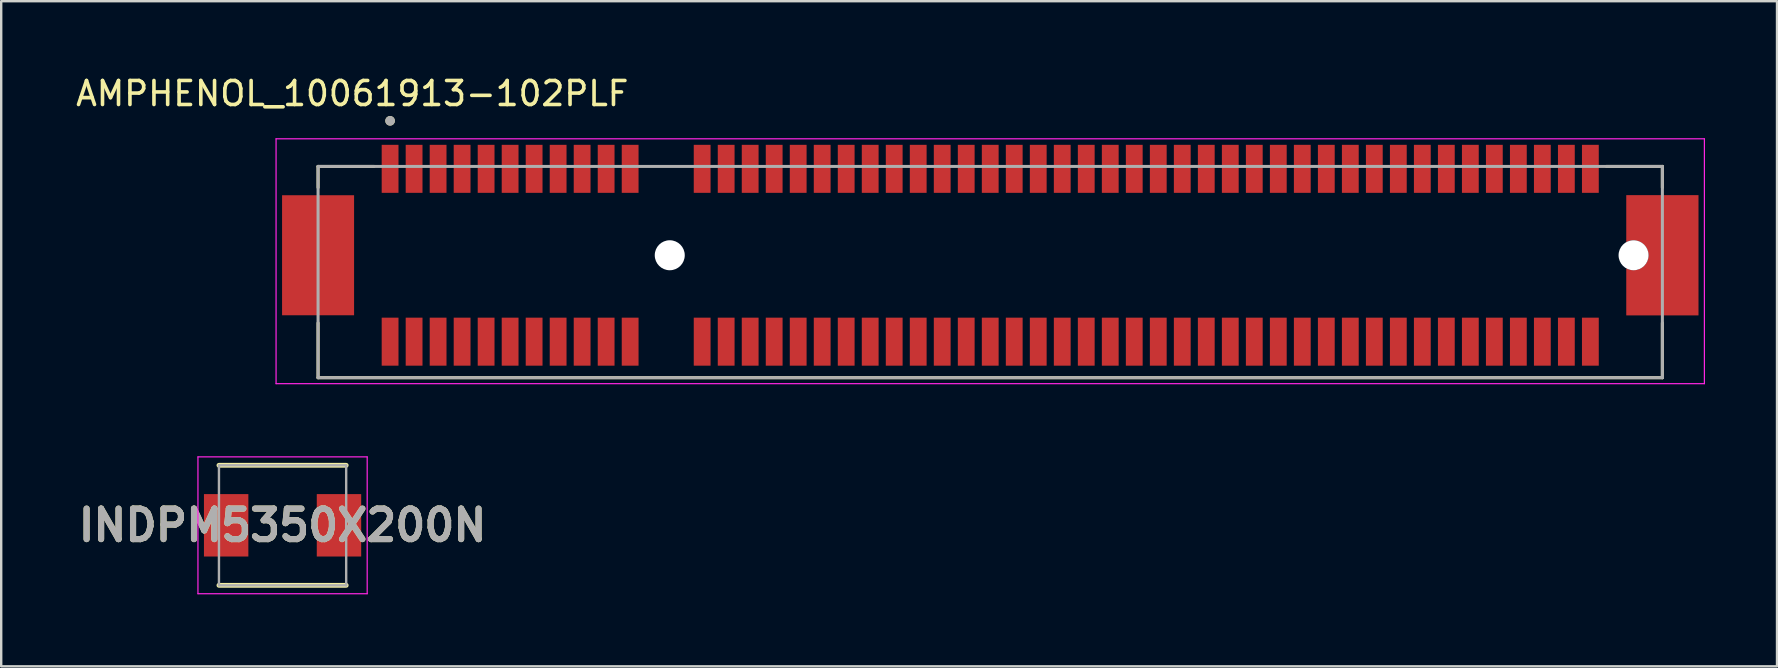
<source format=kicad_pcb>
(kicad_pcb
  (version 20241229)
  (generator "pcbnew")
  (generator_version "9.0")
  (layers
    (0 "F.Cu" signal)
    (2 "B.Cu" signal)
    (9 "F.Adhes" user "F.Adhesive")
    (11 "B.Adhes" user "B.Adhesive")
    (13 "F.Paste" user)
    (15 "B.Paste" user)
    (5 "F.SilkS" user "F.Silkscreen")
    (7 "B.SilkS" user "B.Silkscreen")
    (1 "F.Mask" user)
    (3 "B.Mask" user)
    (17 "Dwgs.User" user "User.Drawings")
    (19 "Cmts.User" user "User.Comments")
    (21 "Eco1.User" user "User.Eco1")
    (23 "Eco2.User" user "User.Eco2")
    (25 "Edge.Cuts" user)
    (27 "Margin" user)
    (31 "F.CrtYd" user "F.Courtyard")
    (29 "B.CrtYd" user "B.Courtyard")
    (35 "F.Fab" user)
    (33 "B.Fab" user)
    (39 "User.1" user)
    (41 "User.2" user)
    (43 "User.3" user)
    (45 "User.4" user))
  (footprint "AMPHENOL_10061913-102PLF"
    (layer "F.Cu")
    (at 24.85 7.583)
    (property "Reference" "AMPHENOL_10061913-102PLF" (at -13.225 -6.735 0) (layer "F.SilkS") (effects (font (size 1 1) (thickness 0.15))))
    (attr smd)
    (fp_poly (pts (xy 39.75 -2.6) (xy 42.95 -2.6) (xy 42.95 2.6) (xy 39.75 2.6)) (stroke (width 0.01) (type solid)) (fill yes) (layer "F.Mask"))
    (fp_line (start -14.65 -3.7) (end -14.65 -2.82) (stroke (width 0.127) (type solid)) (layer "F.SilkS"))
    (fp_line (start -14.65 5.1) (end -14.65 2.82) (stroke (width 0.127) (type solid)) (layer "F.SilkS"))
    (fp_line (start -14.65 5.1) (end 41.35 5.1) (stroke (width 0.127) (type solid)) (layer "F.SilkS"))
    (fp_line (start -12.32 -3.7) (end -14.65 -3.7) (stroke (width 0.127) (type solid)) (layer "F.SilkS"))
    (fp_line (start 41.35 -3.7) (end 39.02 -3.7) (stroke (width 0.127) (type solid)) (layer "F.SilkS"))
    (fp_line (start 41.35 -2.82) (end 41.35 -3.7) (stroke (width 0.127) (type solid)) (layer "F.SilkS"))
    (fp_line (start 41.35 5.1) (end 41.35 2.82) (stroke (width 0.127) (type solid)) (layer "F.SilkS"))
    (fp_circle (center -11.65 -5.6) (end -11.55 -5.6) (stroke (width 0.2) (type solid)) (fill no) (layer "F.SilkS"))
    (fp_poly (pts (xy 39.85 0.55) (xy 39.85 2.5) (xy 42.85 2.5) (xy 42.85 -2.5) (xy 39.85 -2.5) (xy 39.85 -0.55) (xy 39.9 -0.575) (xy 39.95 -0.595) (xy 40.02 -0.615) (xy 40.09 -0.625) (xy 40.15 -0.625) (xy 40.183 -0.624) (xy 40.215 -0.622) (xy 40.248 -0.617) (xy 40.28 -0.611) (xy 40.312 -0.604) (xy 40.343 -0.594) (xy 40.374 -0.583) (xy 40.404 -0.571) (xy 40.434 -0.557) (xy 40.462 -0.541) (xy 40.49 -0.524) (xy 40.517 -0.506) (xy 40.543 -0.486) (xy 40.568 -0.464) (xy 40.592 -0.442) (xy 40.614 -0.418) (xy 40.636 -0.393) (xy 40.656 -0.367) (xy 40.674 -0.34) (xy 40.691 -0.312) (xy 40.707 -0.284) (xy 40.721 -0.254) (xy 40.733 -0.224) (xy 40.744 -0.193) (xy 40.754 -0.162) (xy 40.761 -0.13) (xy 40.767 -0.098) (xy 40.772 -0.065) (xy 40.774 -0.033) (xy 40.775 0) (xy 40.774 0.033) (xy 40.772 0.065) (xy 40.767 0.098) (xy 40.761 0.13) (xy 40.754 0.162) (xy 40.744 0.193) (xy 40.733 0.224) (xy 40.721 0.254) (xy 40.707 0.284) (xy 40.691 0.312) (xy 40.674 0.34) (xy 40.656 0.367) (xy 40.636 0.393) (xy 40.614 0.418) (xy 40.592 0.442) (xy 40.568 0.464) (xy 40.543 0.486) (xy 40.517 0.506) (xy 40.49 0.524) (xy 40.462 0.541) (xy 40.434 0.557) (xy 40.404 0.571) (xy 40.374 0.583) (xy 40.343 0.594) (xy 40.312 0.604) (xy 40.28 0.611) (xy 40.248 0.617) (xy 40.215 0.622) (xy 40.183 0.624) (xy 40.15 0.625) (xy 40.095 0.625) (xy 40.05 0.62) (xy 40.005 0.61) (xy 39.94 0.59) (xy 39.88 0.565) (xy 39.85 0.55)) (stroke (width 0.01) (type solid)) (fill yes) (layer "F.Paste"))
    (fp_line (start -16.4 -4.85) (end -16.4 5.35) (stroke (width 0.05) (type solid)) (layer "F.CrtYd"))
    (fp_line (start -16.4 5.35) (end 43.1 5.35) (stroke (width 0.05) (type solid)) (layer "F.CrtYd"))
    (fp_line (start 43.1 -4.85) (end -16.4 -4.85) (stroke (width 0.05) (type solid)) (layer "F.CrtYd"))
    (fp_line (start 43.1 5.35) (end 43.1 -4.85) (stroke (width 0.05) (type solid)) (layer "F.CrtYd"))
    (fp_line (start -14.65 -3.7) (end -14.65 5.1) (stroke (width 0.127) (type solid)) (layer "F.Fab"))
    (fp_line (start -14.65 5.1) (end 41.35 5.1) (stroke (width 0.127) (type solid)) (layer "F.Fab"))
    (fp_line (start 41.35 -3.7) (end -14.65 -3.7) (stroke (width 0.127) (type solid)) (layer "F.Fab"))
    (fp_line (start 41.35 5.1) (end 41.35 -3.7) (stroke (width 0.127) (type solid)) (layer "F.Fab"))
    (fp_circle (center -11.65 -5.6) (end -11.55 -5.6) (stroke (width 0.2) (type solid)) (fill no) (layer "F.Fab"))
    (pad "" np_thru_hole circle (at 0 0) (size 1.25 1.25) (drill 1.25) (layers "*.Cu" "*.Mask"))
    (pad "" np_thru_hole circle (at 40.15 0) (size 1.25 1.25) (drill 1.25) (layers "*.Cu" "*.Mask"))
    (pad "A1" smd rect (at -11.65 -3.6) (size 0.7 2) (layers "F.Cu" "F.Mask" "F.Paste"))
    (pad "A2" smd rect (at -10.65 -3.6) (size 0.7 2) (layers "F.Cu" "F.Mask" "F.Paste"))
    (pad "A3" smd rect (at -9.65 -3.6) (size 0.7 2) (layers "F.Cu" "F.Mask" "F.Paste"))
    (pad "A4" smd rect (at -8.65 -3.6) (size 0.7 2) (layers "F.Cu" "F.Mask" "F.Paste"))
    (pad "A5" smd rect (at -7.65 -3.6) (size 0.7 2) (layers "F.Cu" "F.Mask" "F.Paste"))
    (pad "A6" smd rect (at -6.65 -3.6) (size 0.7 2) (layers "F.Cu" "F.Mask" "F.Paste"))
    (pad "A7" smd rect (at -5.65 -3.6) (size 0.7 2) (layers "F.Cu" "F.Mask" "F.Paste"))
    (pad "A8" smd rect (at -4.65 -3.6) (size 0.7 2) (layers "F.Cu" "F.Mask" "F.Paste"))
    (pad "A9" smd rect (at -3.65 -3.6) (size 0.7 2) (layers "F.Cu" "F.Mask" "F.Paste"))
    (pad "A10" smd rect (at -2.65 -3.6) (size 0.7 2) (layers "F.Cu" "F.Mask" "F.Paste"))
    (pad "A11" smd rect (at -1.65 -3.6) (size 0.7 2) (layers "F.Cu" "F.Mask" "F.Paste"))
    (pad "A12" smd rect (at 1.35 -3.6) (size 0.7 2) (layers "F.Cu" "F.Mask" "F.Paste"))
    (pad "A13" smd rect (at 2.35 -3.6) (size 0.7 2) (layers "F.Cu" "F.Mask" "F.Paste"))
    (pad "A14" smd rect (at 3.35 -3.6) (size 0.7 2) (layers "F.Cu" "F.Mask" "F.Paste"))
    (pad "A15" smd rect (at 4.35 -3.6) (size 0.7 2) (layers "F.Cu" "F.Mask" "F.Paste"))
    (pad "A16" smd rect (at 5.35 -3.6) (size 0.7 2) (layers "F.Cu" "F.Mask" "F.Paste"))
    (pad "A17" smd rect (at 6.35 -3.6) (size 0.7 2) (layers "F.Cu" "F.Mask" "F.Paste"))
    (pad "A18" smd rect (at 7.35 -3.6) (size 0.7 2) (layers "F.Cu" "F.Mask" "F.Paste"))
    (pad "A19" smd rect (at 8.35 -3.6) (size 0.7 2) (layers "F.Cu" "F.Mask" "F.Paste"))
    (pad "A20" smd rect (at 9.35 -3.6) (size 0.7 2) (layers "F.Cu" "F.Mask" "F.Paste"))
    (pad "A21" smd rect (at 10.35 -3.6) (size 0.7 2) (layers "F.Cu" "F.Mask" "F.Paste"))
    (pad "A22" smd rect (at 11.35 -3.6) (size 0.7 2) (layers "F.Cu" "F.Mask" "F.Paste"))
    (pad "A23" smd rect (at 12.35 -3.6) (size 0.7 2) (layers "F.Cu" "F.Mask" "F.Paste"))
    (pad "A24" smd rect (at 13.35 -3.6) (size 0.7 2) (layers "F.Cu" "F.Mask" "F.Paste"))
    (pad "A25" smd rect (at 14.35 -3.6) (size 0.7 2) (layers "F.Cu" "F.Mask" "F.Paste"))
    (pad "A26" smd rect (at 15.35 -3.6) (size 0.7 2) (layers "F.Cu" "F.Mask" "F.Paste"))
    (pad "A27" smd rect (at 16.35 -3.6) (size 0.7 2) (layers "F.Cu" "F.Mask" "F.Paste"))
    (pad "A28" smd rect (at 17.35 -3.6) (size 0.7 2) (layers "F.Cu" "F.Mask" "F.Paste"))
    (pad "A29" smd rect (at 18.35 -3.6) (size 0.7 2) (layers "F.Cu" "F.Mask" "F.Paste"))
    (pad "A30" smd rect (at 19.35 -3.6) (size 0.7 2) (layers "F.Cu" "F.Mask" "F.Paste"))
    (pad "A31" smd rect (at 20.35 -3.6) (size 0.7 2) (layers "F.Cu" "F.Mask" "F.Paste"))
    (pad "A32" smd rect (at 21.35 -3.6) (size 0.7 2) (layers "F.Cu" "F.Mask" "F.Paste"))
    (pad "A33" smd rect (at 22.35 -3.6) (size 0.7 2) (layers "F.Cu" "F.Mask" "F.Paste"))
    (pad "A34" smd rect (at 23.35 -3.6) (size 0.7 2) (layers "F.Cu" "F.Mask" "F.Paste"))
    (pad "A35" smd rect (at 24.35 -3.6) (size 0.7 2) (layers "F.Cu" "F.Mask" "F.Paste"))
    (pad "A36" smd rect (at 25.35 -3.6) (size 0.7 2) (layers "F.Cu" "F.Mask" "F.Paste"))
    (pad "A37" smd rect (at 26.35 -3.6) (size 0.7 2) (layers "F.Cu" "F.Mask" "F.Paste"))
    (pad "A38" smd rect (at 27.35 -3.6) (size 0.7 2) (layers "F.Cu" "F.Mask" "F.Paste"))
    (pad "A39" smd rect (at 28.35 -3.6) (size 0.7 2) (layers "F.Cu" "F.Mask" "F.Paste"))
    (pad "A40" smd rect (at 29.35 -3.6) (size 0.7 2) (layers "F.Cu" "F.Mask" "F.Paste"))
    (pad "A41" smd rect (at 30.35 -3.6) (size 0.7 2) (layers "F.Cu" "F.Mask" "F.Paste"))
    (pad "A42" smd rect (at 31.35 -3.6) (size 0.7 2) (layers "F.Cu" "F.Mask" "F.Paste"))
    (pad "A43" smd rect (at 32.35 -3.6) (size 0.7 2) (layers "F.Cu" "F.Mask" "F.Paste"))
    (pad "A44" smd rect (at 33.35 -3.6) (size 0.7 2) (layers "F.Cu" "F.Mask" "F.Paste"))
    (pad "A45" smd rect (at 34.35 -3.6) (size 0.7 2) (layers "F.Cu" "F.Mask" "F.Paste"))
    (pad "A46" smd rect (at 35.35 -3.6) (size 0.7 2) (layers "F.Cu" "F.Mask" "F.Paste"))
    (pad "A47" smd rect (at 36.35 -3.6) (size 0.7 2) (layers "F.Cu" "F.Mask" "F.Paste"))
    (pad "A48" smd rect (at 37.35 -3.6) (size 0.7 2) (layers "F.Cu" "F.Mask" "F.Paste"))
    (pad "A49" smd rect (at 38.35 -3.6) (size 0.7 2) (layers "F.Cu" "F.Mask" "F.Paste"))
    (pad "B1" smd rect (at -11.65 3.6) (size 0.7 2) (layers "F.Cu" "F.Mask" "F.Paste"))
    (pad "B2" smd rect (at -10.65 3.6) (size 0.7 2) (layers "F.Cu" "F.Mask" "F.Paste"))
    (pad "B3" smd rect (at -9.65 3.6) (size 0.7 2) (layers "F.Cu" "F.Mask" "F.Paste"))
    (pad "B4" smd rect (at -8.65 3.6) (size 0.7 2) (layers "F.Cu" "F.Mask" "F.Paste"))
    (pad "B5" smd rect (at -7.65 3.6) (size 0.7 2) (layers "F.Cu" "F.Mask" "F.Paste"))
    (pad "B6" smd rect (at -6.65 3.6) (size 0.7 2) (layers "F.Cu" "F.Mask" "F.Paste"))
    (pad "B7" smd rect (at -5.65 3.6) (size 0.7 2) (layers "F.Cu" "F.Mask" "F.Paste"))
    (pad "B8" smd rect (at -4.65 3.6) (size 0.7 2) (layers "F.Cu" "F.Mask" "F.Paste"))
    (pad "B9" smd rect (at -3.65 3.6) (size 0.7 2) (layers "F.Cu" "F.Mask" "F.Paste"))
    (pad "B10" smd rect (at -2.65 3.6) (size 0.7 2) (layers "F.Cu" "F.Mask" "F.Paste"))
    (pad "B11" smd rect (at -1.65 3.6) (size 0.7 2) (layers "F.Cu" "F.Mask" "F.Paste"))
    (pad "B12" smd rect (at 1.35 3.6) (size 0.7 2) (layers "F.Cu" "F.Mask" "F.Paste"))
    (pad "B13" smd rect (at 2.35 3.6) (size 0.7 2) (layers "F.Cu" "F.Mask" "F.Paste"))
    (pad "B14" smd rect (at 3.35 3.6) (size 0.7 2) (layers "F.Cu" "F.Mask" "F.Paste"))
    (pad "B15" smd rect (at 4.35 3.6) (size 0.7 2) (layers "F.Cu" "F.Mask" "F.Paste"))
    (pad "B16" smd rect (at 5.35 3.6) (size 0.7 2) (layers "F.Cu" "F.Mask" "F.Paste"))
    (pad "B17" smd rect (at 6.35 3.6) (size 0.7 2) (layers "F.Cu" "F.Mask" "F.Paste"))
    (pad "B18" smd rect (at 7.35 3.6) (size 0.7 2) (layers "F.Cu" "F.Mask" "F.Paste"))
    (pad "B19" smd rect (at 8.35 3.6) (size 0.7 2) (layers "F.Cu" "F.Mask" "F.Paste"))
    (pad "B20" smd rect (at 9.35 3.6) (size 0.7 2) (layers "F.Cu" "F.Mask" "F.Paste"))
    (pad "B21" smd rect (at 10.35 3.6) (size 0.7 2) (layers "F.Cu" "F.Mask" "F.Paste"))
    (pad "B22" smd rect (at 11.35 3.6) (size 0.7 2) (layers "F.Cu" "F.Mask" "F.Paste"))
    (pad "B23" smd rect (at 12.35 3.6) (size 0.7 2) (layers "F.Cu" "F.Mask" "F.Paste"))
    (pad "B24" smd rect (at 13.35 3.6) (size 0.7 2) (layers "F.Cu" "F.Mask" "F.Paste"))
    (pad "B25" smd rect (at 14.35 3.6) (size 0.7 2) (layers "F.Cu" "F.Mask" "F.Paste"))
    (pad "B26" smd rect (at 15.35 3.6) (size 0.7 2) (layers "F.Cu" "F.Mask" "F.Paste"))
    (pad "B27" smd rect (at 16.35 3.6) (size 0.7 2) (layers "F.Cu" "F.Mask" "F.Paste"))
    (pad "B28" smd rect (at 17.35 3.6) (size 0.7 2) (layers "F.Cu" "F.Mask" "F.Paste"))
    (pad "B29" smd rect (at 18.35 3.6) (size 0.7 2) (layers "F.Cu" "F.Mask" "F.Paste"))
    (pad "B30" smd rect (at 19.35 3.6) (size 0.7 2) (layers "F.Cu" "F.Mask" "F.Paste"))
    (pad "B31" smd rect (at 20.35 3.6) (size 0.7 2) (layers "F.Cu" "F.Mask" "F.Paste"))
    (pad "B32" smd rect (at 21.35 3.6) (size 0.7 2) (layers "F.Cu" "F.Mask" "F.Paste"))
    (pad "B33" smd rect (at 22.35 3.6) (size 0.7 2) (layers "F.Cu" "F.Mask" "F.Paste"))
    (pad "B34" smd rect (at 23.35 3.6) (size 0.7 2) (layers "F.Cu" "F.Mask" "F.Paste"))
    (pad "B35" smd rect (at 24.35 3.6) (size 0.7 2) (layers "F.Cu" "F.Mask" "F.Paste"))
    (pad "B36" smd rect (at 25.35 3.6) (size 0.7 2) (layers "F.Cu" "F.Mask" "F.Paste"))
    (pad "B37" smd rect (at 26.35 3.6) (size 0.7 2) (layers "F.Cu" "F.Mask" "F.Paste"))
    (pad "B38" smd rect (at 27.35 3.6) (size 0.7 2) (layers "F.Cu" "F.Mask" "F.Paste"))
    (pad "B39" smd rect (at 28.35 3.6) (size 0.7 2) (layers "F.Cu" "F.Mask" "F.Paste"))
    (pad "B40" smd rect (at 29.35 3.6) (size 0.7 2) (layers "F.Cu" "F.Mask" "F.Paste"))
    (pad "B41" smd rect (at 30.35 3.6) (size 0.7 2) (layers "F.Cu" "F.Mask" "F.Paste"))
    (pad "B42" smd rect (at 31.35 3.6) (size 0.7 2) (layers "F.Cu" "F.Mask" "F.Paste"))
    (pad "B43" smd rect (at 32.35 3.6) (size 0.7 2) (layers "F.Cu" "F.Mask" "F.Paste"))
    (pad "B44" smd rect (at 33.35 3.6) (size 0.7 2) (layers "F.Cu" "F.Mask" "F.Paste"))
    (pad "B45" smd rect (at 34.35 3.6) (size 0.7 2) (layers "F.Cu" "F.Mask" "F.Paste"))
    (pad "B46" smd rect (at 35.35 3.6) (size 0.7 2) (layers "F.Cu" "F.Mask" "F.Paste"))
    (pad "B47" smd rect (at 36.35 3.6) (size 0.7 2) (layers "F.Cu" "F.Mask" "F.Paste"))
    (pad "B48" smd rect (at 37.35 3.6) (size 0.7 2) (layers "F.Cu" "F.Mask" "F.Paste"))
    (pad "B49" smd rect (at 38.35 3.6) (size 0.7 2) (layers "F.Cu" "F.Mask" "F.Paste"))
    (pad "S1" smd rect (at -14.65 0) (size 3 5) (layers "F.Cu" "F.Mask" "F.Paste"))
    (pad "S2" smd custom (at 41.35 0) (size 0.5 0.5) (layers "F.Cu") (options (anchor rect)) (primitives (gr_poly (pts (xy -1.5 0.55) (xy -1.5 2.5) (xy 1.5 2.5) (xy 1.5 -2.5) (xy -1.5 -2.5) (xy -1.5 -0.55) (xy -1.45 -0.575) (xy -1.4 -0.595) (xy -1.33 -0.615) (xy -1.26 -0.625) (xy -1.2 -0.625) (xy -1.167 -0.624) (xy -1.135 -0.622) (xy -1.102 -0.617) (xy -1.07 -0.611) (xy -1.038 -0.604) (xy -1.007 -0.594) (xy -0.976 -0.583) (xy -0.946 -0.571) (xy -0.916 -0.557) (xy -0.888 -0.541) (xy -0.86 -0.524) (xy -0.833 -0.506) (xy -0.807 -0.486) (xy -0.782 -0.464) (xy -0.758 -0.442) (xy -0.736 -0.418) (xy -0.714 -0.393) (xy -0.694 -0.367) (xy -0.676 -0.34) (xy -0.659 -0.312) (xy -0.643 -0.284) (xy -0.629 -0.254) (xy -0.617 -0.224) (xy -0.606 -0.193) (xy -0.596 -0.162) (xy -0.589 -0.13) (xy -0.583 -0.098) (xy -0.578 -0.065) (xy -0.576 -0.033) (xy -0.575 0) (xy -0.576 0.033) (xy -0.578 0.065) (xy -0.583 0.098) (xy -0.589 0.13) (xy -0.596 0.162) (xy -0.606 0.193) (xy -0.617 0.224) (xy -0.629 0.254) (xy -0.643 0.284) (xy -0.659 0.312) (xy -0.676 0.34) (xy -0.694 0.367) (xy -0.714 0.393) (xy -0.736 0.418) (xy -0.758 0.442) (xy -0.782 0.464) (xy -0.807 0.486) (xy -0.833 0.506) (xy -0.86 0.524) (xy -0.888 0.541) (xy -0.916 0.557) (xy -0.946 0.571) (xy -0.976 0.583) (xy -1.007 0.594) (xy -1.038 0.604) (xy -1.07 0.611) (xy -1.102 0.617) (xy -1.135 0.622) (xy -1.167 0.624) (xy -1.2 0.625) (xy -1.255 0.625) (xy -1.3 0.62) (xy -1.345 0.61) (xy -1.41 0.59) (xy -1.47 0.565) (xy -1.5 0.55)) (width 0.01) (fill yes)))))
  (footprint "INDPM5350X200N"
    (layer "F.Cu")
    (at 8.721 18.833)
    (property "Reference" "INDPM5350X200N" (at 0 0 0) (layer "F.SilkS") (effects (font (size 1.27 1.27) (thickness 0.254))))
    (attr smd)
    (fp_line (start -2.65 2.5) (end 2.65 2.5) (stroke (width 0.2) (type solid)) (layer "F.SilkS"))
    (fp_line (start 2.65 -2.5) (end -2.65 -2.5) (stroke (width 0.2) (type solid)) (layer "F.SilkS"))
    (fp_line (start -3.525 -2.85) (end 3.525 -2.85) (stroke (width 0.05) (type solid)) (layer "F.CrtYd"))
    (fp_line (start -3.525 2.85) (end -3.525 -2.85) (stroke (width 0.05) (type solid)) (layer "F.CrtYd"))
    (fp_line (start 3.525 -2.85) (end 3.525 2.85) (stroke (width 0.05) (type solid)) (layer "F.CrtYd"))
    (fp_line (start 3.525 2.85) (end -3.525 2.85) (stroke (width 0.05) (type solid)) (layer "F.CrtYd"))
    (fp_line (start -2.65 -2.5) (end 2.65 -2.5) (stroke (width 0.1) (type solid)) (layer "F.Fab"))
    (fp_line (start -2.65 2.5) (end -2.65 -2.5) (stroke (width 0.1) (type solid)) (layer "F.Fab"))
    (fp_line (start 2.65 -2.5) (end 2.65 2.5) (stroke (width 0.1) (type solid)) (layer "F.Fab"))
    (fp_line (start 2.65 2.5) (end -2.65 2.5) (stroke (width 0.1) (type solid)) (layer "F.Fab"))
    (fp_text user "${REFERENCE}" (at 0 0 0) (layer "F.Fab") (effects (font (size 1.27 1.27) (thickness 0.254))))
    (pad "1" smd rect (at -2.35 0) (size 1.85 2.6) (layers "F.Cu" "F.Mask" "F.Paste"))
    (pad "2" smd rect (at 2.35 0) (size 1.85 2.6) (layers "F.Cu" "F.Mask" "F.Paste")))
  (gr_rect
    (start -3 -3)
    (end 70.975 24.708)
    (stroke (width 0.1) (type default))
    (fill no)
    (layer "Edge.Cuts")))
</source>
